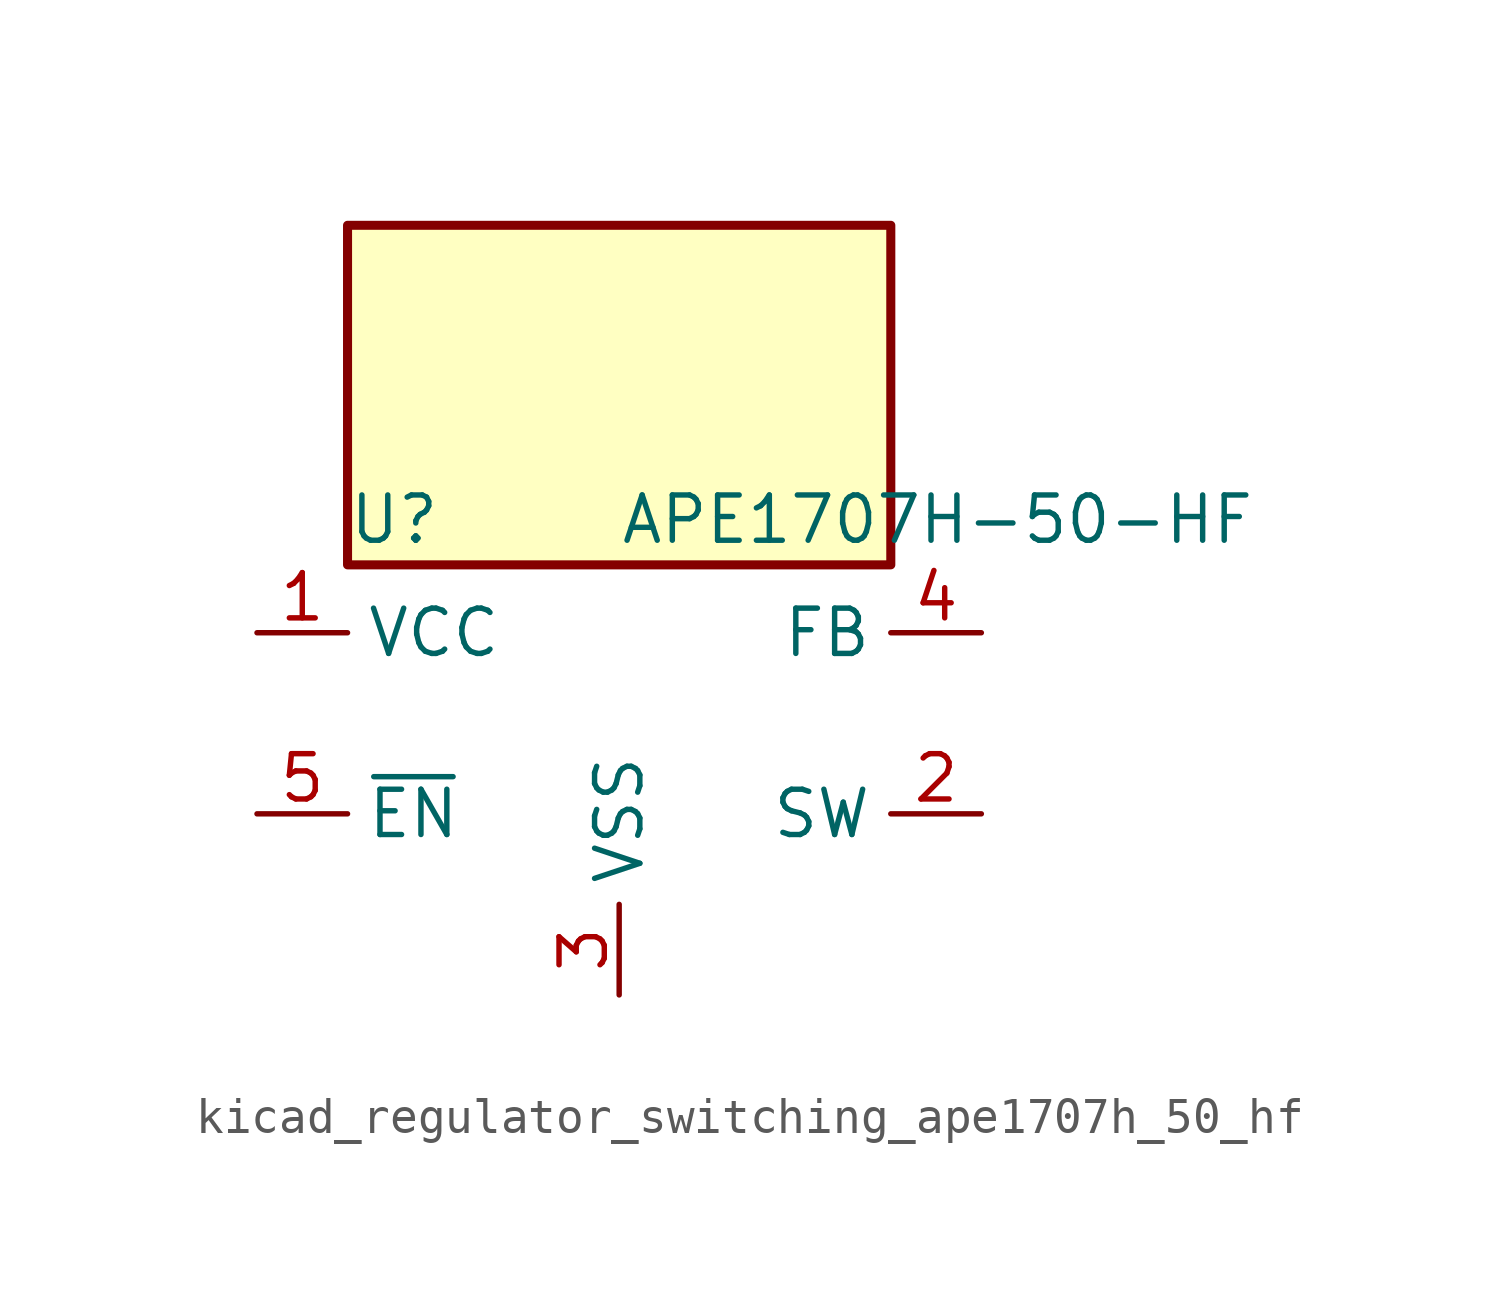
<source format=kicad_sym>
(kicad_symbol_lib
  (version 20220914)
  (generator kicad_symbol_editor)
  (symbol "kicad_regulator_switching_ape1707h_50_hf"
    (property "Reference" "U"
      (at -7.62 5.715 0)
      (effects (font (size 1.27 1.27)) (justify left)))
    (property "Value" "APE1707H-50-HF"
      (at 0 5.715 0)
      (effects (font (size 1.27 1.27)) (justify left)))
    (symbol "kicad_regulator_switching_ape1707h_50_hf_0_1"
      (rectangle (start 7.62 13.97) (end -7.62 4.445) (stroke (width 0.254) (type default)) (fill (type background))))
    (symbol "kicad_regulator_switching_ape1707h_50_hf_1_1"
      (pin power_in line (at -10.16 2.54 0) (length 2.54) (name "VCC" (effects (font (size 1.27 1.27)))) (number "1" (effects (font (size 1.27 1.27)))))
      (pin output line (at 10.16 -2.54 180) (length 2.54) (name "SW" (effects (font (size 1.27 1.27)))) (number "2" (effects (font (size 1.27 1.27)))))
      (pin power_in line (at 0 -7.62 90) (length 2.54) (name "VSS" (effects (font (size 1.27 1.27)))) (number "3" (effects (font (size 1.27 1.27)))))
      (pin input line (at 10.16 2.54 180) (length 2.54) (name "FB" (effects (font (size 1.27 1.27)))) (number "4" (effects (font (size 1.27 1.27)))))
      (pin input line (at -10.16 -2.54 0) (length 2.54) (name "~{EN}" (effects (font (size 1.27 1.27)))) (number "5" (effects (font (size 1.27 1.27))))))))
</source>
